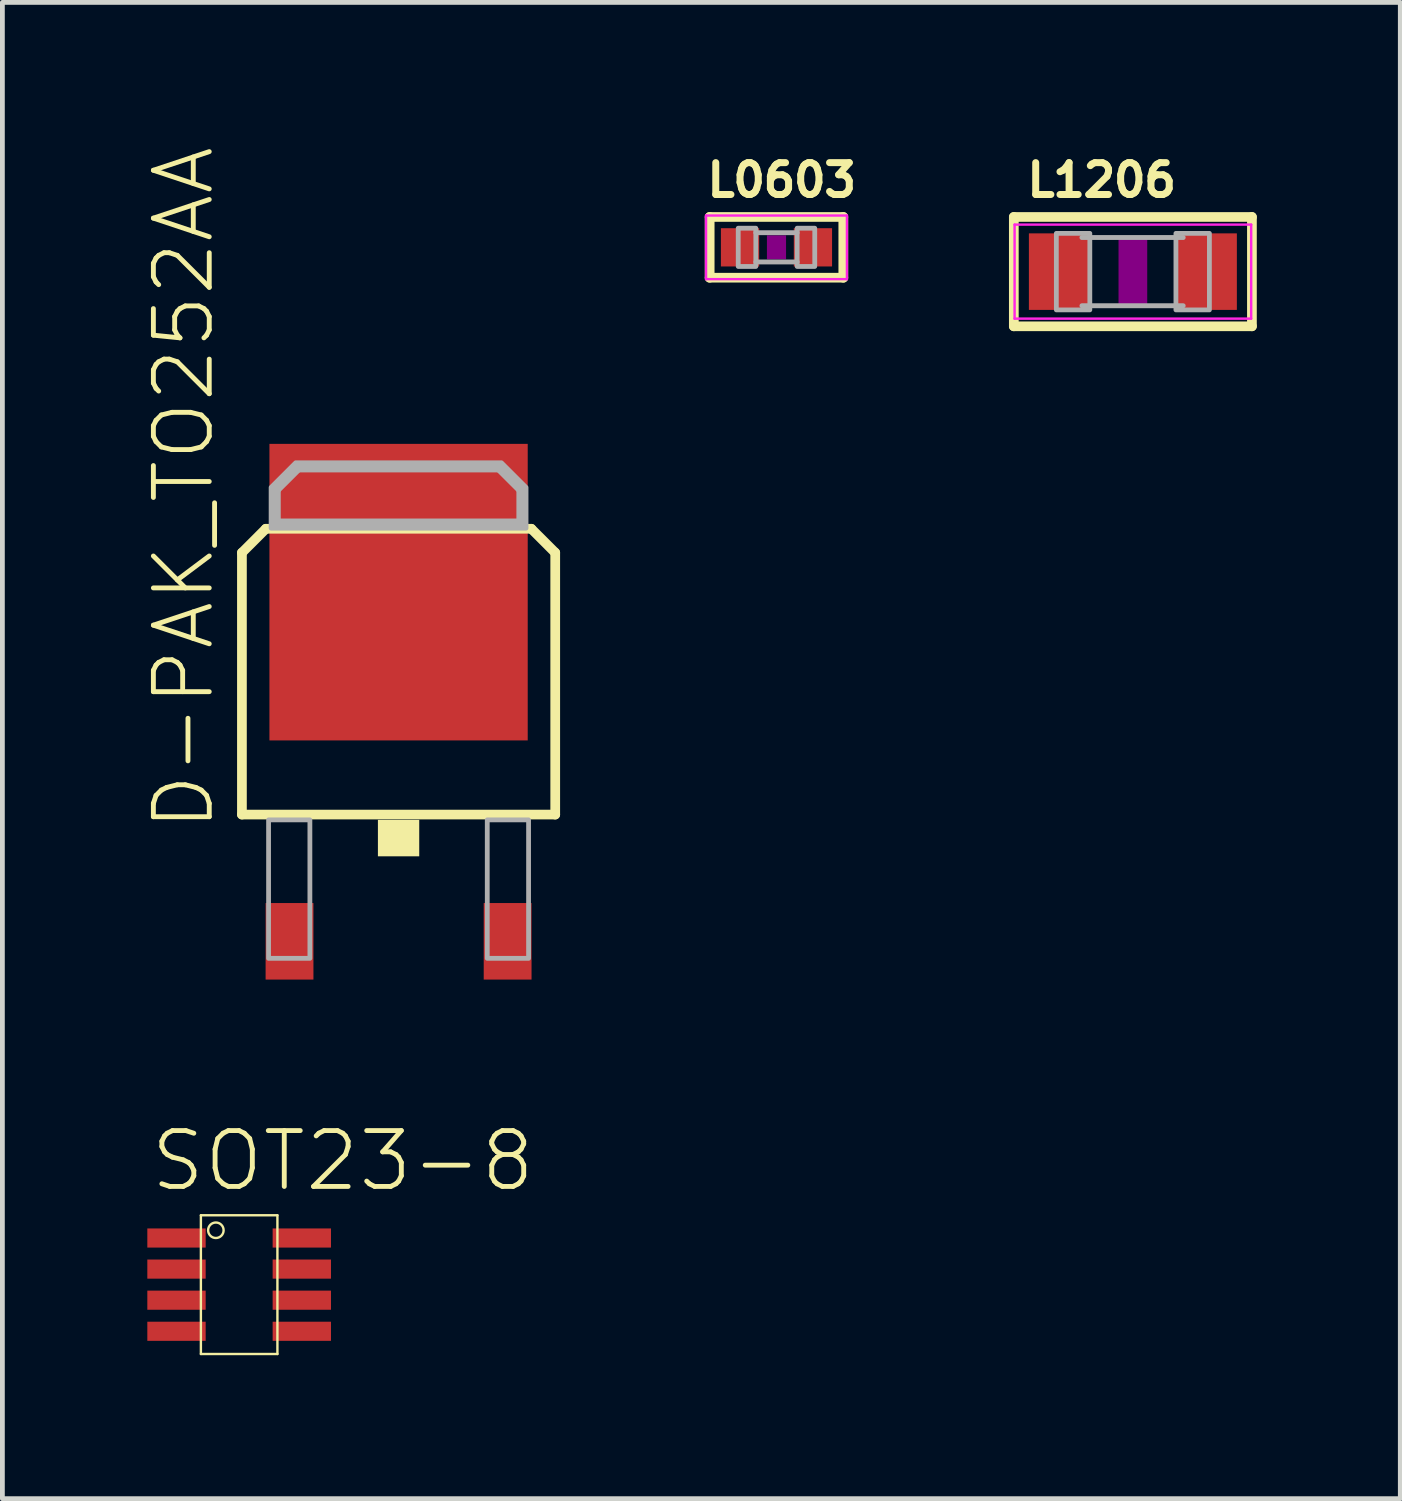
<source format=kicad_pcb>
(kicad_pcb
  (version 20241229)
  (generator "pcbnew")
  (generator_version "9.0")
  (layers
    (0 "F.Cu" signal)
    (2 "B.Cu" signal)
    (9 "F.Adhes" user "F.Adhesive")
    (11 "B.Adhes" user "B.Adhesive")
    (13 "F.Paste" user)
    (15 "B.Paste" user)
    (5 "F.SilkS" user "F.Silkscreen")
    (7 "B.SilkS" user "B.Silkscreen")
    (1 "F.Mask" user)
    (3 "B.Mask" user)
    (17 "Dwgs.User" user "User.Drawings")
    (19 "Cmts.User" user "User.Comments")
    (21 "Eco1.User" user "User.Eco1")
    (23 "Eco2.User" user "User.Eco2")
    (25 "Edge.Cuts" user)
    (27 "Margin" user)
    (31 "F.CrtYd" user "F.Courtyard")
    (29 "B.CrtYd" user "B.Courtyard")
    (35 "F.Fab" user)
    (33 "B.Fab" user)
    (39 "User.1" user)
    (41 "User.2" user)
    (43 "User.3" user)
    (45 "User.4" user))
  (footprint "L1206"
    (layer "F.Cu")
    (at 20.635 2.629)
    (property "Reference" "L1206" (at -2.286 -1.524 0) (unlocked yes) (layer "F.SilkS") (effects (font (size 0.666 0.666) (thickness 0.146)) (justify left bottom)))
    (fp_line (start -2.489 -1.143) (end 2.489 -1.143) (stroke (width 0.203) (type solid)) (layer "F.SilkS"))
    (fp_line (start -2.489 1.143) (end -2.489 -1.143) (stroke (width 0.203) (type solid)) (layer "F.SilkS"))
    (fp_line (start 2.489 -1.143) (end 2.489 1.143) (stroke (width 0.203) (type solid)) (layer "F.SilkS"))
    (fp_line (start 2.489 1.143) (end -2.489 1.143) (stroke (width 0.203) (type solid)) (layer "F.SilkS"))
    (fp_poly (pts (xy -0.3 0.7) (xy 0.3 0.7) (xy 0.3 -0.7) (xy -0.3 -0.7)) (stroke (width 0) (type default)) (fill yes) (layer "F.Adhes"))
    (fp_line (start -2.473 -0.983) (end 2.473 -0.983) (stroke (width 0.051) (type solid)) (layer "F.CrtYd"))
    (fp_line (start -2.473 0.983) (end -2.473 -0.983) (stroke (width 0.051) (type solid)) (layer "F.CrtYd"))
    (fp_line (start 2.473 -0.983) (end 2.473 0.983) (stroke (width 0.051) (type solid)) (layer "F.CrtYd"))
    (fp_line (start 2.473 0.983) (end -2.473 0.983) (stroke (width 0.051) (type solid)) (layer "F.CrtYd"))
    (fp_line (start 1.052 -0.713) (end -1.065 -0.713) (stroke (width 0.102) (type solid)) (layer "F.Fab"))
    (fp_line (start 1.052 0.713) (end -1.065 0.713) (stroke (width 0.102) (type solid)) (layer "F.Fab"))
    (fp_poly (pts (xy -1.6 0.8) (xy -0.9 0.8) (xy -0.9 -0.8) (xy -1.6 -0.8)) (stroke (width 0.1) (type default)) (fill no) (layer "F.Fab"))
    (fp_poly (pts (xy 1.6 -0.8) (xy 0.9 -0.8) (xy 0.9 0.8) (xy 1.6 0.8)) (stroke (width 0.1) (type default)) (fill no) (layer "F.Fab"))
    (pad "1" smd rect (at -1.524 0) (size 1.3 1.6) (layers "F.Cu" "F.Mask" "F.Paste"))
    (pad "2" smd rect (at 1.524 0) (size 1.3 1.6) (layers "F.Cu" "F.Mask" "F.Paste")))
  (footprint "SOT23-8"
    (layer "F.Cu")
    (at 1.95 23.808)
    (property "Reference" "SOT23-8" (at -1.905 -1.905 0) (unlocked yes) (layer "F.SilkS") (effects (font (size 1.168 1.168) (thickness 0.102)) (justify left bottom)))
    (fp_poly (pts (xy -1.95 -0.75) (xy -0.67 -0.75) (xy -0.67 -1.2) (xy -1.95 -1.2)) (stroke (width 0) (type default)) (fill yes) (layer "F.Mask"))
    (fp_poly (pts (xy -1.95 -0.1) (xy -0.67 -0.1) (xy -0.67 -0.55) (xy -1.95 -0.55)) (stroke (width 0) (type default)) (fill yes) (layer "F.Mask"))
    (fp_poly (pts (xy -1.95 0.55) (xy -0.67 0.55) (xy -0.67 0.1) (xy -1.95 0.1)) (stroke (width 0) (type default)) (fill yes) (layer "F.Mask"))
    (fp_poly (pts (xy -1.95 1.2) (xy -0.67 1.2) (xy -0.67 0.75) (xy -1.95 0.75)) (stroke (width 0) (type default)) (fill yes) (layer "F.Mask"))
    (fp_poly (pts (xy 0.67 -0.75) (xy 1.95 -0.75) (xy 1.95 -1.2) (xy 0.67 -1.2)) (stroke (width 0) (type default)) (fill yes) (layer "F.Mask"))
    (fp_poly (pts (xy 0.67 -0.1) (xy 1.95 -0.1) (xy 1.95 -0.55) (xy 0.67 -0.55)) (stroke (width 0) (type default)) (fill yes) (layer "F.Mask"))
    (fp_poly (pts (xy 0.67 0.55) (xy 1.95 0.55) (xy 1.95 0.1) (xy 0.67 0.1)) (stroke (width 0) (type default)) (fill yes) (layer "F.Mask"))
    (fp_poly (pts (xy 0.67 1.2) (xy 1.95 1.2) (xy 1.95 0.75) (xy 0.67 0.75)) (stroke (width 0) (type default)) (fill yes) (layer "F.Mask"))
    (fp_line (start -0.8 -1.45) (end -0.8 1.45) (stroke (width 0.05) (type solid)) (layer "F.SilkS"))
    (fp_line (start -0.8 1.45) (end 0.8 1.45) (stroke (width 0.05) (type solid)) (layer "F.SilkS"))
    (fp_line (start 0.8 -1.45) (end -0.8 -1.45) (stroke (width 0.05) (type solid)) (layer "F.SilkS"))
    (fp_line (start 0.8 1.45) (end 0.8 -1.45) (stroke (width 0.05) (type solid)) (layer "F.SilkS"))
    (fp_circle (center -0.487 -1.137) (end -0.325 -1.137) (stroke (width 0.05) (type solid)) (fill no) (layer "F.SilkS"))
    (fp_poly (pts (xy -1.9 -0.8) (xy -0.72 -0.8) (xy -0.72 -1.15) (xy -1.9 -1.15)) (stroke (width 0) (type default)) (fill yes) (layer "F.Paste"))
    (fp_poly (pts (xy -1.9 -0.15) (xy -0.72 -0.15) (xy -0.72 -0.5) (xy -1.9 -0.5)) (stroke (width 0) (type default)) (fill yes) (layer "F.Paste"))
    (fp_poly (pts (xy -1.9 0.5) (xy -0.72 0.5) (xy -0.72 0.15) (xy -1.9 0.15)) (stroke (width 0) (type default)) (fill yes) (layer "F.Paste"))
    (fp_poly (pts (xy -1.9 1.15) (xy -0.72 1.15) (xy -0.72 0.8) (xy -1.9 0.8)) (stroke (width 0) (type default)) (fill yes) (layer "F.Paste"))
    (fp_poly (pts (xy 0.72 -0.8) (xy 1.9 -0.8) (xy 1.9 -1.15) (xy 0.72 -1.15)) (stroke (width 0) (type default)) (fill yes) (layer "F.Paste"))
    (fp_poly (pts (xy 0.72 -0.15) (xy 1.9 -0.15) (xy 1.9 -0.5) (xy 0.72 -0.5)) (stroke (width 0) (type default)) (fill yes) (layer "F.Paste"))
    (fp_poly (pts (xy 0.72 0.5) (xy 1.9 0.5) (xy 1.9 0.15) (xy 0.72 0.15)) (stroke (width 0) (type default)) (fill yes) (layer "F.Paste"))
    (fp_poly (pts (xy 0.72 1.15) (xy 1.9 1.15) (xy 1.9 0.8) (xy 0.72 0.8)) (stroke (width 0) (type default)) (fill yes) (layer "F.Paste"))
    (pad "1" smd rect (at -1.31 -0.975) (size 1.22 0.4) (layers "F.Cu"))
    (pad "2" smd rect (at -1.31 -0.325) (size 1.22 0.4) (layers "F.Cu"))
    (pad "3" smd rect (at -1.31 0.325) (size 1.22 0.4) (layers "F.Cu"))
    (pad "4" smd rect (at -1.31 0.975) (size 1.22 0.4) (layers "F.Cu"))
    (pad "5" smd rect (at 1.31 0.975) (size 1.22 0.4) (layers "F.Cu"))
    (pad "6" smd rect (at 1.31 0.325) (size 1.22 0.4) (layers "F.Cu"))
    (pad "7" smd rect (at 1.31 -0.325) (size 1.22 0.4) (layers "F.Cu"))
    (pad "8" smd rect (at 1.31 -0.975) (size 1.22 0.4) (layers "F.Cu")))
  (footprint "L0603"
    (layer "F.Cu")
    (at 13.184 2.121)
    (property "Reference" "L0603" (at -1.524 -1.016 0) (unlocked yes) (layer "F.SilkS") (effects (font (size 0.666 0.666) (thickness 0.146)) (justify left bottom)))
    (fp_line (start -1.397 -0.635) (end 1.397 -0.635) (stroke (width 0.203) (type solid)) (layer "F.SilkS"))
    (fp_line (start -1.397 0.635) (end -1.397 -0.635) (stroke (width 0.203) (type solid)) (layer "F.SilkS"))
    (fp_line (start 1.397 -0.635) (end 1.397 0.635) (stroke (width 0.203) (type solid)) (layer "F.SilkS"))
    (fp_line (start 1.397 0.635) (end -1.397 0.635) (stroke (width 0.203) (type solid)) (layer "F.SilkS"))
    (fp_poly (pts (xy -0.2 0.25) (xy 0.2 0.25) (xy 0.2 -0.25) (xy -0.2 -0.25)) (stroke (width 0) (type default)) (fill yes) (layer "F.Adhes"))
    (fp_line (start -1.473 -0.665) (end 1.473 -0.665) (stroke (width 0.051) (type solid)) (layer "F.CrtYd"))
    (fp_line (start -1.473 0.665) (end -1.473 -0.665) (stroke (width 0.051) (type solid)) (layer "F.CrtYd"))
    (fp_line (start 1.473 -0.665) (end 1.473 0.665) (stroke (width 0.051) (type solid)) (layer "F.CrtYd"))
    (fp_line (start 1.473 0.665) (end -1.473 0.665) (stroke (width 0.051) (type solid)) (layer "F.CrtYd"))
    (fp_line (start -0.432 0.306) (end 0.432 0.306) (stroke (width 0.102) (type solid)) (layer "F.Fab"))
    (fp_line (start 0.432 -0.306) (end -0.432 -0.306) (stroke (width 0.102) (type solid)) (layer "F.Fab"))
    (fp_poly (pts (xy -0.8 0.4) (xy -0.432 0.4) (xy -0.432 -0.4) (xy -0.8 -0.4)) (stroke (width 0.1) (type default)) (fill no) (layer "F.Fab"))
    (fp_poly (pts (xy 0.432 0.4) (xy 0.8 0.4) (xy 0.8 -0.4) (xy 0.432 -0.4)) (stroke (width 0.1) (type default)) (fill no) (layer "F.Fab"))
    (pad "1" smd rect (at -0.762 0) (size 0.8 0.8) (layers "F.Cu" "F.Mask" "F.Paste"))
    (pad "2" smd rect (at 0.762 0) (size 0.8 0.8) (layers "F.Cu" "F.Mask" "F.Paste")))
  (footprint "D-PAK_TO252AA"
    (layer "F.Cu")
    (at 5.283 11.83)
    (property "Reference" "D-PAK_TO252AA" (at -3.81 2.54 90) (unlocked yes) (layer "F.SilkS") (effects (font (size 1.168 1.168) (thickness 0.102)) (justify left bottom)))
    (fp_line (start -3.275 -3.325) (end -2.775 -3.825) (stroke (width 0.203) (type solid)) (layer "F.SilkS"))
    (fp_line (start -3.275 2.15) (end -3.275 -3.325) (stroke (width 0.203) (type solid)) (layer "F.SilkS"))
    (fp_line (start -2.775 -3.825) (end 2.775 -3.825) (stroke (width 0.203) (type solid)) (layer "F.SilkS"))
    (fp_line (start 2.775 -3.825) (end 3.275 -3.325) (stroke (width 0.203) (type solid)) (layer "F.SilkS"))
    (fp_line (start 3.275 -3.325) (end 3.275 2.15) (stroke (width 0.203) (type solid)) (layer "F.SilkS"))
    (fp_line (start 3.275 2.15) (end -3.275 2.15) (stroke (width 0.203) (type solid)) (layer "F.SilkS"))
    (fp_poly (pts (xy -0.432 3.023) (xy 0.432 3.023) (xy 0.432 2.261) (xy -0.432 2.261)) (stroke (width 0) (type default)) (fill yes) (layer "F.SilkS"))
    (fp_line (start -2.565 -4.648) (end -2.108 -5.105) (stroke (width 0.203) (type solid)) (layer "F.Fab"))
    (fp_line (start -2.565 -3.937) (end -2.565 -4.648) (stroke (width 0.203) (type solid)) (layer "F.Fab"))
    (fp_line (start -2.108 -5.105) (end 2.108 -5.105) (stroke (width 0.203) (type solid)) (layer "F.Fab"))
    (fp_line (start 2.108 -5.105) (end 2.565 -4.648) (stroke (width 0.203) (type solid)) (layer "F.Fab"))
    (fp_line (start 2.565 -4.648) (end 2.565 -3.937) (stroke (width 0.203) (type solid)) (layer "F.Fab"))
    (fp_line (start 2.565 -3.937) (end -2.565 -3.937) (stroke (width 0.203) (type solid)) (layer "F.Fab"))
    (fp_poly (pts (xy -2.718 5.156) (xy -1.854 5.156) (xy -1.854 2.261) (xy -2.718 2.261)) (stroke (width 0.1) (type default)) (fill no) (layer "F.Fab"))
    (fp_poly (pts (xy 1.854 5.156) (xy 2.718 5.156) (xy 2.718 2.261) (xy 1.854 2.261)) (stroke (width 0.1) (type default)) (fill no) (layer "F.Fab"))
    (fp_poly (pts (xy 2.665 -4.69) (xy 2.665 -3.837) (xy -2.665 -3.837) (xy -2.665 -4.69) (xy -2.15 -5.205) (xy 2.15 -5.205)) (stroke (width 0.1) (type default)) (fill no) (layer "F.Fab"))
    (pad "1" smd rect (at -2.28 4.8) (size 1 1.6) (layers "F.Cu" "F.Mask" "F.Paste"))
    (pad "3" smd rect (at 2.28 4.8) (size 1 1.6) (layers "F.Cu" "F.Mask" "F.Paste"))
    (pad "4" smd rect (at 0 -2.5) (size 5.4 6.2) (layers "F.Cu" "F.Mask" "F.Paste")))
  (gr_rect
    (start -3 -3)
    (end 26.226 28.283)
    (stroke (width 0.1) (type default))
    (fill no)
    (layer "Edge.Cuts")))
</source>
